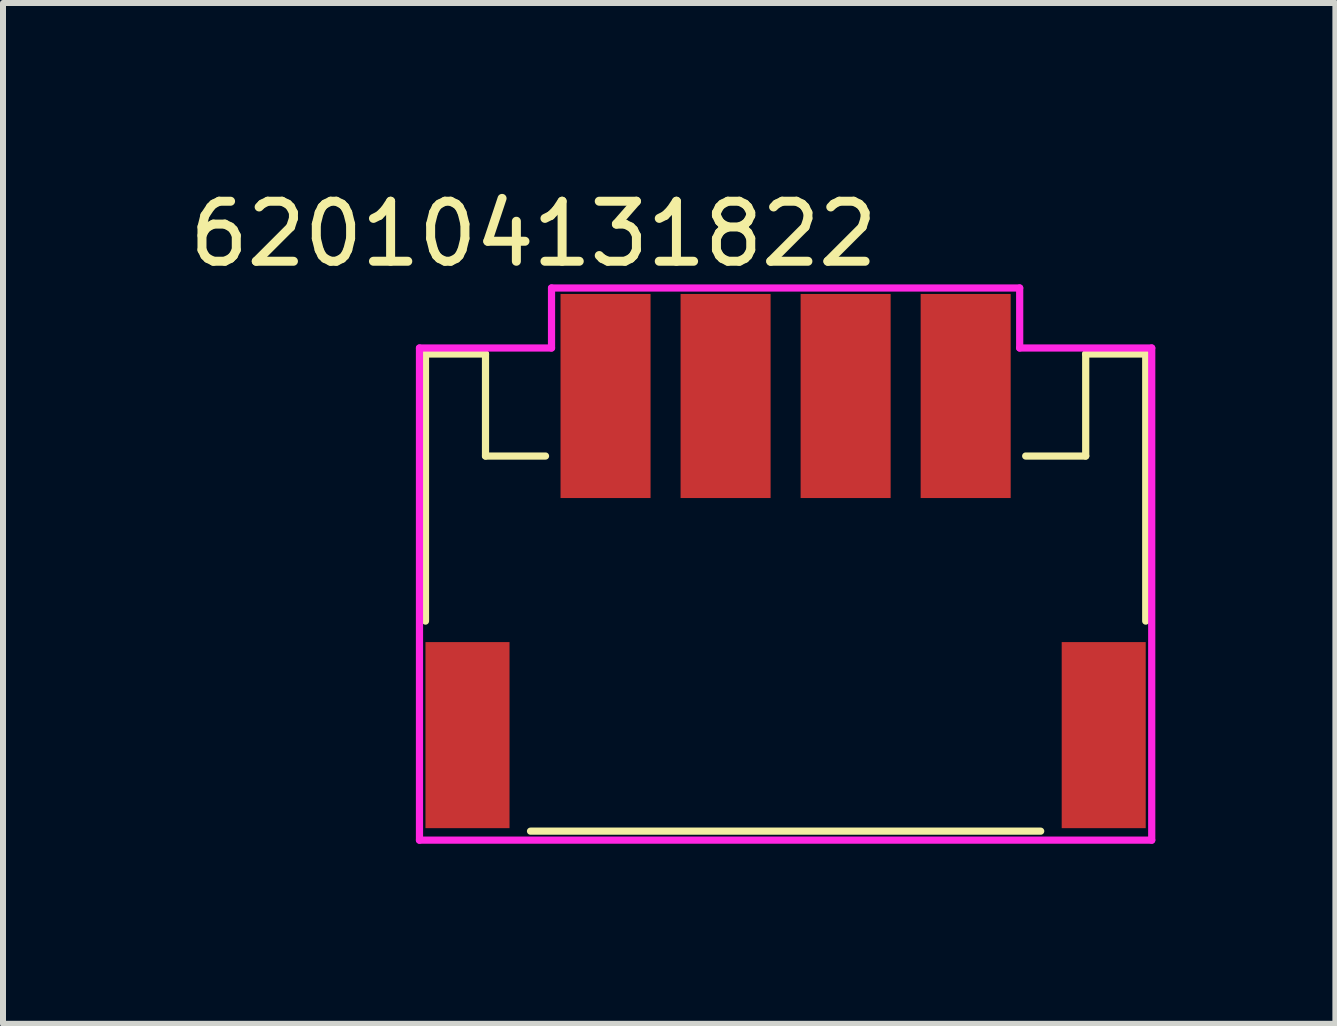
<source format=kicad_pcb>
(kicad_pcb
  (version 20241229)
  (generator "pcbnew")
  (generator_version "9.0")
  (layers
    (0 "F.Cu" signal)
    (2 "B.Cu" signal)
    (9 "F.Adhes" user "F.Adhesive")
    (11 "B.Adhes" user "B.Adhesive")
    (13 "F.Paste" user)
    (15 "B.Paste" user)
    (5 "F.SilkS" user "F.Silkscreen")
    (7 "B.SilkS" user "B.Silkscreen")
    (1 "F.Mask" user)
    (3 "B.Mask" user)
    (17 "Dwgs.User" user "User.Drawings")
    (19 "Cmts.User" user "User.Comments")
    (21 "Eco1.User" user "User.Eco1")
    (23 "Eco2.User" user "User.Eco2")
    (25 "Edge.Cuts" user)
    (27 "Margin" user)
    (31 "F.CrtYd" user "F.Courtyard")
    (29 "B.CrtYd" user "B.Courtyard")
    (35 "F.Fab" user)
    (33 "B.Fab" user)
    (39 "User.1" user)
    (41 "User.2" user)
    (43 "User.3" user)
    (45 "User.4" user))
  (footprint "620104131822"
    (layer "F.Cu")
    (at 7.039 3.548)
    (property "Reference" "620104131822" (at -1.2 -2.7 0) (layer "F.SilkS") (effects (font (size 1 1) (thickness 0.15))))
    (attr through_hole)
    (fp_line (start -3 -0.7) (end -3 3.75) (stroke (width 0.12) (type solid)) (layer "F.SilkS"))
    (fp_line (start -3 -0.7) (end -2 -0.7) (stroke (width 0.12) (type solid)) (layer "F.SilkS"))
    (fp_line (start -2 -0.7) (end -2 1) (stroke (width 0.12) (type solid)) (layer "F.SilkS"))
    (fp_line (start -1.25 7.25) (end 7.25 7.25) (stroke (width 0.12) (type solid)) (layer "F.SilkS"))
    (fp_line (start -1 1) (end -2 1) (stroke (width 0.12) (type solid)) (layer "F.SilkS"))
    (fp_line (start 7 1) (end 8 1) (stroke (width 0.12) (type solid)) (layer "F.SilkS"))
    (fp_line (start 8 -0.7) (end 8 1) (stroke (width 0.12) (type solid)) (layer "F.SilkS"))
    (fp_line (start 9 -0.7) (end 8 -0.7) (stroke (width 0.12) (type solid)) (layer "F.SilkS"))
    (fp_line (start 9 -0.7) (end 9 3.75) (stroke (width 0.12) (type solid)) (layer "F.SilkS"))
    (fp_line (start -3.1 -0.8) (end -0.9 -0.8) (stroke (width 0.12) (type solid)) (layer "F.CrtYd"))
    (fp_line (start -3.1 7.4) (end -3.1 -0.8) (stroke (width 0.12) (type solid)) (layer "F.CrtYd"))
    (fp_line (start -0.9 -1.8) (end 6.9 -1.8) (stroke (width 0.12) (type solid)) (layer "F.CrtYd"))
    (fp_line (start -0.9 -0.8) (end -0.9 -1.8) (stroke (width 0.12) (type solid)) (layer "F.CrtYd"))
    (fp_line (start 6.9 -1.8) (end 6.9 -0.8) (stroke (width 0.12) (type solid)) (layer "F.CrtYd"))
    (fp_line (start 6.9 -0.8) (end 9.1 -0.8) (stroke (width 0.12) (type solid)) (layer "F.CrtYd"))
    (fp_line (start 9.1 -0.8) (end 9.1 7.4) (stroke (width 0.12) (type solid)) (layer "F.CrtYd"))
    (fp_line (start 9.1 7.4) (end -3.1 7.4) (stroke (width 0.12) (type solid)) (layer "F.CrtYd"))
    (pad "" smd rect (at -2.3 5.65) (size 1.4 3.1) (layers "F.Cu" "F.Mask" "F.Paste"))
    (pad "" smd rect (at 8.3 5.65) (size 1.4 3.1) (layers "F.Cu" "F.Mask" "F.Paste"))
    (pad "1" smd rect (at 0 0) (size 1.5 3.4) (layers "F.Cu" "F.Mask" "F.Paste"))
    (pad "2" smd rect (at 2 0) (size 1.5 3.4) (layers "F.Cu" "F.Mask" "F.Paste"))
    (pad "3" smd rect (at 4 0) (size 1.5 3.4) (layers "F.Cu" "F.Mask" "F.Paste"))
    (pad "4" smd rect (at 6 0) (size 1.5 3.4) (layers "F.Cu" "F.Mask" "F.Paste")))
  (gr_rect
    (start -3 -3)
    (end 19.199 14.008)
    (stroke (width 0.1) (type default))
    (fill no)
    (layer "Edge.Cuts")))
</source>
